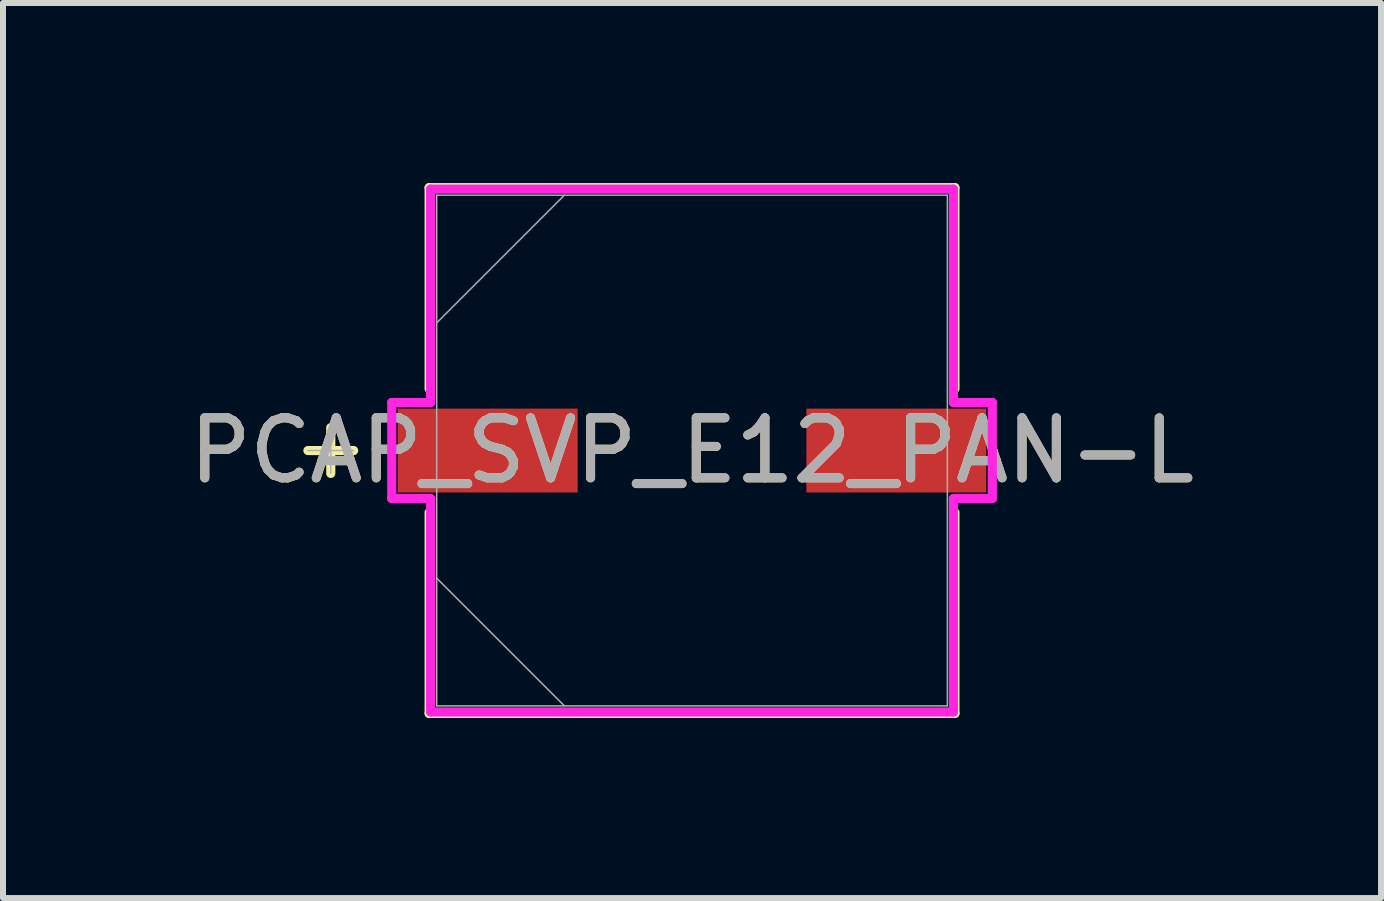
<source format=kicad_pcb>
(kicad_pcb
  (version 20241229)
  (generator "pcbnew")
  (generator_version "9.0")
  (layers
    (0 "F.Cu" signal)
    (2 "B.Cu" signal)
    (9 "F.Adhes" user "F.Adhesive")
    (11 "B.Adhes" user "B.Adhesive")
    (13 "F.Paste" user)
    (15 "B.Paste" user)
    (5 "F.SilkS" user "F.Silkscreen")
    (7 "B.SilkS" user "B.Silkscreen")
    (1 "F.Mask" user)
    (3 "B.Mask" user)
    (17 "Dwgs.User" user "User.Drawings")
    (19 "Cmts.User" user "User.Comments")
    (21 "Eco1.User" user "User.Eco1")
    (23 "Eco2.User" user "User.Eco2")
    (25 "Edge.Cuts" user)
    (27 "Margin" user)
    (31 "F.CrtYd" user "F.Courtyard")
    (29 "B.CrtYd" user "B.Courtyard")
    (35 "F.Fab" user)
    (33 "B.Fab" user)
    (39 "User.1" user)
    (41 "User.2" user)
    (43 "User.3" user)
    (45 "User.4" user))
  (footprint "PCAP_SVP_E12_PAN-L"
    (layer "F.Cu")
    (at 8.482 4.458)
    (property "Reference" "PCAP_SVP_E12_PAN-L" (at 0 0 0) (unlocked yes) (layer "F.SilkS") (effects (font (size 1 1) (thickness 0.15))))
    (attr smd)
    (fp_line (start -6.02 -0.381) (end -6.02 0.381) (stroke (width 0.152) (type solid)) (layer "F.SilkS"))
    (fp_line (start -5.639 0) (end -6.401 0) (stroke (width 0.152) (type solid)) (layer "F.SilkS"))
    (fp_line (start -4.381 -4.381) (end -4.381 -1.031) (stroke (width 0.152) (type solid)) (layer "F.SilkS"))
    (fp_line (start -4.381 1.031) (end -4.381 4.381) (stroke (width 0.152) (type solid)) (layer "F.SilkS"))
    (fp_line (start -4.381 4.381) (end 4.381 4.381) (stroke (width 0.152) (type solid)) (layer "F.SilkS"))
    (fp_line (start 4.381 -4.381) (end -4.381 -4.381) (stroke (width 0.152) (type solid)) (layer "F.SilkS"))
    (fp_line (start 4.381 -1.031) (end 4.381 -4.381) (stroke (width 0.152) (type solid)) (layer "F.SilkS"))
    (fp_line (start 4.381 4.381) (end 4.381 1.031) (stroke (width 0.152) (type solid)) (layer "F.SilkS"))
    (fp_line (start -5.004 -0.8) (end -4.356 -0.8) (stroke (width 0.152) (type solid)) (layer "F.CrtYd"))
    (fp_line (start -5.004 0.8) (end -5.004 -0.8) (stroke (width 0.152) (type solid)) (layer "F.CrtYd"))
    (fp_line (start -4.356 -4.356) (end 4.356 -4.356) (stroke (width 0.152) (type solid)) (layer "F.CrtYd"))
    (fp_line (start -4.356 -0.8) (end -4.356 -4.356) (stroke (width 0.152) (type solid)) (layer "F.CrtYd"))
    (fp_line (start -4.356 0.8) (end -5.004 0.8) (stroke (width 0.152) (type solid)) (layer "F.CrtYd"))
    (fp_line (start -4.356 4.356) (end -4.356 0.8) (stroke (width 0.152) (type solid)) (layer "F.CrtYd"))
    (fp_line (start 4.356 -4.356) (end 4.356 -0.8) (stroke (width 0.152) (type solid)) (layer "F.CrtYd"))
    (fp_line (start 4.356 -0.8) (end 5.004 -0.8) (stroke (width 0.152) (type solid)) (layer "F.CrtYd"))
    (fp_line (start 4.356 0.8) (end 4.356 4.356) (stroke (width 0.152) (type solid)) (layer "F.CrtYd"))
    (fp_line (start 4.356 4.356) (end -4.356 4.356) (stroke (width 0.152) (type solid)) (layer "F.CrtYd"))
    (fp_line (start 5.004 -0.8) (end 5.004 0.8) (stroke (width 0.152) (type solid)) (layer "F.CrtYd"))
    (fp_line (start 5.004 0.8) (end 4.356 0.8) (stroke (width 0.152) (type solid)) (layer "F.CrtYd"))
    (fp_line (start -6.02 -0.381) (end -6.02 0.381) (stroke (width 0.025) (type solid)) (layer "F.Fab"))
    (fp_line (start -5.639 0) (end -6.401 0) (stroke (width 0.025) (type solid)) (layer "F.Fab"))
    (fp_line (start -4.255 -4.255) (end -4.255 4.255) (stroke (width 0.025) (type solid)) (layer "F.Fab"))
    (fp_line (start -4.255 -2.127) (end -2.127 -4.255) (stroke (width 0.025) (type solid)) (layer "F.Fab"))
    (fp_line (start -4.255 2.127) (end -2.127 4.255) (stroke (width 0.025) (type solid)) (layer "F.Fab"))
    (fp_line (start -4.255 4.255) (end 4.255 4.255) (stroke (width 0.025) (type solid)) (layer "F.Fab"))
    (fp_line (start 4.255 -4.255) (end -4.255 -4.255) (stroke (width 0.025) (type solid)) (layer "F.Fab"))
    (fp_line (start 4.255 4.255) (end 4.255 -4.255) (stroke (width 0.025) (type solid)) (layer "F.Fab"))
    (fp_text user "${REFERENCE}" (at 0 0 0) (unlocked yes) (layer "F.Fab") (effects (font (size 1 1) (thickness 0.15))))
    (pad "1" smd rect (at -3.404 0) (size 2.997 1.397) (layers "F.Cu" "F.Mask" "F.Paste"))
    (pad "2" smd rect (at 3.404 0) (size 2.997 1.397) (layers "F.Cu" "F.Mask" "F.Paste"))
    (zone (net_name "") (layer "F.Cu") (hatch full 0.508) (connect_pads) (min_thickness 0.254) (filled_areas_thickness no) (keepout (tracks not_allowed) (vias not_allowed) (pads allowed) (copperpour not_allowed) (footprints allowed)) (placement (enabled no)) (fill) (polygon (pts (xy 4.278 0.254) (xy 12.686 0.254) (xy 12.686 3.708) (xy 4.278 3.708))))
    (zone (net_name "") (layer "F.Cu") (hatch full 0.508) (connect_pads) (min_thickness 0.254) (filled_areas_thickness no) (keepout (tracks not_allowed) (vias not_allowed) (pads allowed) (copperpour not_allowed) (footprints allowed)) (placement (enabled no)) (fill) (polygon (pts (xy 4.278 5.207) (xy 12.686 5.207) (xy 12.686 8.661) (xy 4.278 8.661))))
    (zone (net_name "") (layer "F.Cu") (hatch full 0.508) (connect_pads) (min_thickness 0.254) (filled_areas_thickness no) (keepout (tracks not_allowed) (vias not_allowed) (pads allowed) (copperpour not_allowed) (footprints allowed)) (placement (enabled no)) (fill) (polygon (pts (xy 6.628 3.708) (xy 10.336 3.708) (xy 10.336 5.207) (xy 6.628 5.207)))))
  (gr_rect
    (start -3 -3)
    (end 19.964 11.915)
    (stroke (width 0.1) (type default))
    (fill no)
    (layer "Edge.Cuts")))
</source>
